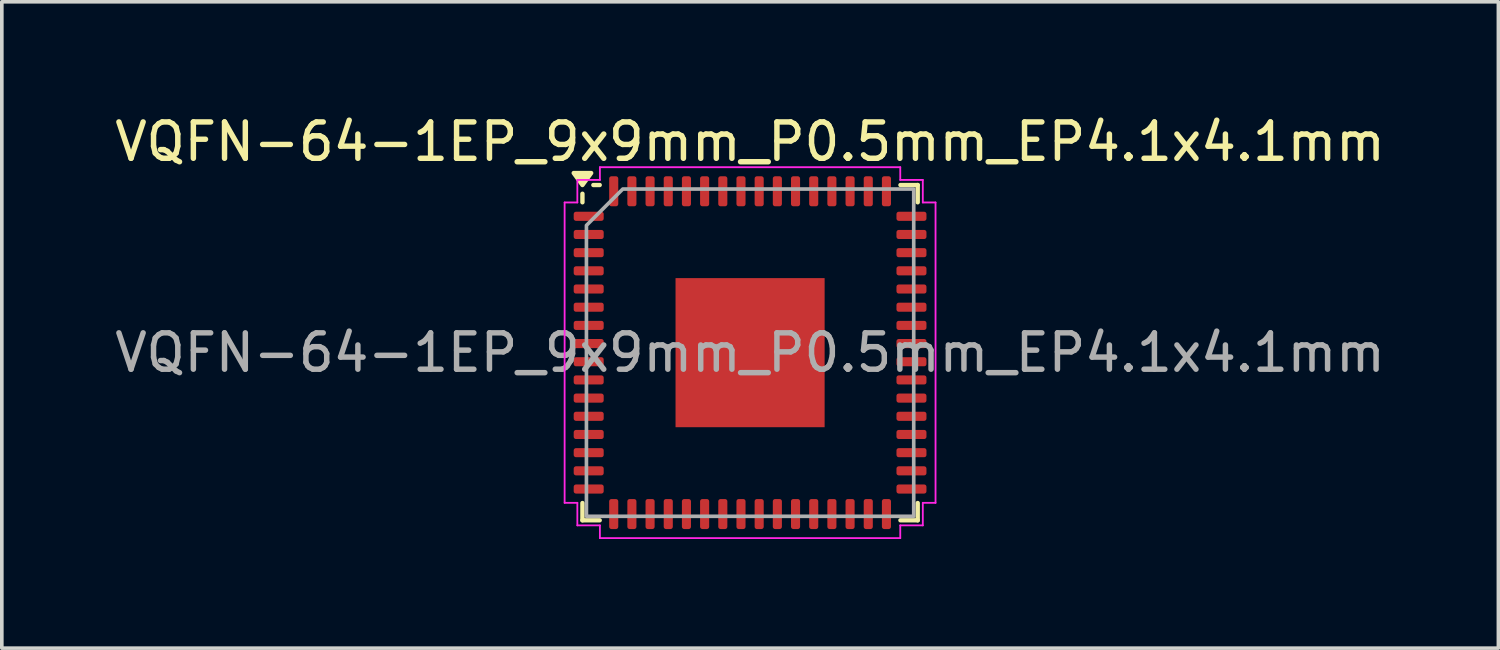
<source format=kicad_pcb>
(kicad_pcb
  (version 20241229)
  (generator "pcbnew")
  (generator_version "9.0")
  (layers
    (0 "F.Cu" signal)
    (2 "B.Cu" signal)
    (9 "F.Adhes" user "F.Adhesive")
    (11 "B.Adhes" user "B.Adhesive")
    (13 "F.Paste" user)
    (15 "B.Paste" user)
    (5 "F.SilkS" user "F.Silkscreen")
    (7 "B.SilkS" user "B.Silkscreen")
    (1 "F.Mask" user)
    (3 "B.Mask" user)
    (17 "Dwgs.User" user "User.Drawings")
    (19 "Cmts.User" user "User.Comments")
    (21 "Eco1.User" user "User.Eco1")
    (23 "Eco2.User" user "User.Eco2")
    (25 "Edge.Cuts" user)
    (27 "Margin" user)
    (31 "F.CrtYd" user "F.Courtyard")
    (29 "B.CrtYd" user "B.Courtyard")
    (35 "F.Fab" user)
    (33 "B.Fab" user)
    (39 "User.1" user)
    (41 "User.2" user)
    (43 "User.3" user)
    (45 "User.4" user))
  (footprint "VQFN-64-1EP_9x9mm_P0.5mm_EP4.1x4.1mm"
    (layer "F.Cu")
    (at 17.577 6.648)
    (property "Reference" "VQFN-64-1EP_9x9mm_P0.5mm_EP4.1x4.1mm" (at 0 -5.8 0) (layer "F.SilkS") (effects (font (size 1 1) (thickness 0.15))))
    (attr smd)
    (fp_line (start -4.61 -4.135) (end -4.61 -4.37) (stroke (width 0.12) (type solid)) (layer "F.SilkS"))
    (fp_line (start -4.61 4.61) (end -4.61 4.135) (stroke (width 0.12) (type solid)) (layer "F.SilkS"))
    (fp_line (start -4.135 -4.61) (end -4.31 -4.61) (stroke (width 0.12) (type solid)) (layer "F.SilkS"))
    (fp_line (start -4.135 4.61) (end -4.61 4.61) (stroke (width 0.12) (type solid)) (layer "F.SilkS"))
    (fp_line (start 4.135 -4.61) (end 4.61 -4.61) (stroke (width 0.12) (type solid)) (layer "F.SilkS"))
    (fp_line (start 4.135 4.61) (end 4.61 4.61) (stroke (width 0.12) (type solid)) (layer "F.SilkS"))
    (fp_line (start 4.61 -4.61) (end 4.61 -4.135) (stroke (width 0.12) (type solid)) (layer "F.SilkS"))
    (fp_line (start 4.61 4.61) (end 4.61 4.135) (stroke (width 0.12) (type solid)) (layer "F.SilkS"))
    (fp_poly (pts (xy -4.61 -4.61) (xy -4.85 -4.94) (xy -4.37 -4.94)) (stroke (width 0.12) (type solid)) (fill yes) (layer "F.SilkS"))
    (fp_line (start -5.1 -4.13) (end -4.75 -4.13) (stroke (width 0.05) (type solid)) (layer "F.CrtYd"))
    (fp_line (start -5.1 4.13) (end -5.1 -4.13) (stroke (width 0.05) (type solid)) (layer "F.CrtYd"))
    (fp_line (start -4.75 -4.75) (end -4.13 -4.75) (stroke (width 0.05) (type solid)) (layer "F.CrtYd"))
    (fp_line (start -4.75 -4.13) (end -4.75 -4.75) (stroke (width 0.05) (type solid)) (layer "F.CrtYd"))
    (fp_line (start -4.75 4.13) (end -5.1 4.13) (stroke (width 0.05) (type solid)) (layer "F.CrtYd"))
    (fp_line (start -4.75 4.75) (end -4.75 4.13) (stroke (width 0.05) (type solid)) (layer "F.CrtYd"))
    (fp_line (start -4.13 -5.1) (end 4.13 -5.1) (stroke (width 0.05) (type solid)) (layer "F.CrtYd"))
    (fp_line (start -4.13 -4.75) (end -4.13 -5.1) (stroke (width 0.05) (type solid)) (layer "F.CrtYd"))
    (fp_line (start -4.13 4.75) (end -4.75 4.75) (stroke (width 0.05) (type solid)) (layer "F.CrtYd"))
    (fp_line (start -4.13 5.1) (end -4.13 4.75) (stroke (width 0.05) (type solid)) (layer "F.CrtYd"))
    (fp_line (start 4.13 -5.1) (end 4.13 -4.75) (stroke (width 0.05) (type solid)) (layer "F.CrtYd"))
    (fp_line (start 4.13 -4.75) (end 4.75 -4.75) (stroke (width 0.05) (type solid)) (layer "F.CrtYd"))
    (fp_line (start 4.13 4.75) (end 4.13 5.1) (stroke (width 0.05) (type solid)) (layer "F.CrtYd"))
    (fp_line (start 4.13 5.1) (end -4.13 5.1) (stroke (width 0.05) (type solid)) (layer "F.CrtYd"))
    (fp_line (start 4.75 -4.75) (end 4.75 -4.13) (stroke (width 0.05) (type solid)) (layer "F.CrtYd"))
    (fp_line (start 4.75 -4.13) (end 5.1 -4.13) (stroke (width 0.05) (type solid)) (layer "F.CrtYd"))
    (fp_line (start 4.75 4.13) (end 4.75 4.75) (stroke (width 0.05) (type solid)) (layer "F.CrtYd"))
    (fp_line (start 4.75 4.75) (end 4.13 4.75) (stroke (width 0.05) (type solid)) (layer "F.CrtYd"))
    (fp_line (start 5.1 -4.13) (end 5.1 4.13) (stroke (width 0.05) (type solid)) (layer "F.CrtYd"))
    (fp_line (start 5.1 4.13) (end 4.75 4.13) (stroke (width 0.05) (type solid)) (layer "F.CrtYd"))
    (fp_poly (pts (xy -4.5 -3.5) (xy -4.5 4.5) (xy 4.5 4.5) (xy 4.5 -4.5) (xy -3.5 -4.5)) (stroke (width 0.1) (type solid)) (fill no) (layer "F.Fab"))
    (fp_text user "${REFERENCE}" (at 0 0 0) (layer "F.Fab") (effects (font (size 1 1) (thickness 0.15))))
    (pad "" smd roundrect (at -1.37 -1.37) (size 1.1 1.1) (layers "F.Paste") (roundrect_rratio 0.227))
    (pad "" smd roundrect (at -1.37 0) (size 1.1 1.1) (layers "F.Paste") (roundrect_rratio 0.227))
    (pad "" smd roundrect (at -1.37 1.37) (size 1.1 1.1) (layers "F.Paste") (roundrect_rratio 0.227))
    (pad "" smd roundrect (at 0 -1.37) (size 1.1 1.1) (layers "F.Paste") (roundrect_rratio 0.227))
    (pad "" smd roundrect (at 0 0) (size 1.1 1.1) (layers "F.Paste") (roundrect_rratio 0.227))
    (pad "" smd roundrect (at 0 1.37) (size 1.1 1.1) (layers "F.Paste") (roundrect_rratio 0.227))
    (pad "" smd roundrect (at 1.37 -1.37) (size 1.1 1.1) (layers "F.Paste") (roundrect_rratio 0.227))
    (pad "" smd roundrect (at 1.37 0) (size 1.1 1.1) (layers "F.Paste") (roundrect_rratio 0.227))
    (pad "" smd roundrect (at 1.37 1.37) (size 1.1 1.1) (layers "F.Paste") (roundrect_rratio 0.227))
    (pad "1" smd roundrect (at -4.438 -3.75) (size 0.825 0.25) (layers "F.Cu" "F.Mask" "F.Paste") (roundrect_rratio 0.25))
    (pad "2" smd roundrect (at -4.438 -3.25) (size 0.825 0.25) (layers "F.Cu" "F.Mask" "F.Paste") (roundrect_rratio 0.25))
    (pad "3" smd roundrect (at -4.438 -2.75) (size 0.825 0.25) (layers "F.Cu" "F.Mask" "F.Paste") (roundrect_rratio 0.25))
    (pad "4" smd roundrect (at -4.438 -2.25) (size 0.825 0.25) (layers "F.Cu" "F.Mask" "F.Paste") (roundrect_rratio 0.25))
    (pad "5" smd roundrect (at -4.438 -1.75) (size 0.825 0.25) (layers "F.Cu" "F.Mask" "F.Paste") (roundrect_rratio 0.25))
    (pad "6" smd roundrect (at -4.438 -1.25) (size 0.825 0.25) (layers "F.Cu" "F.Mask" "F.Paste") (roundrect_rratio 0.25))
    (pad "7" smd roundrect (at -4.438 -0.75) (size 0.825 0.25) (layers "F.Cu" "F.Mask" "F.Paste") (roundrect_rratio 0.25))
    (pad "8" smd roundrect (at -4.438 -0.25) (size 0.825 0.25) (layers "F.Cu" "F.Mask" "F.Paste") (roundrect_rratio 0.25))
    (pad "9" smd roundrect (at -4.438 0.25) (size 0.825 0.25) (layers "F.Cu" "F.Mask" "F.Paste") (roundrect_rratio 0.25))
    (pad "10" smd roundrect (at -4.438 0.75) (size 0.825 0.25) (layers "F.Cu" "F.Mask" "F.Paste") (roundrect_rratio 0.25))
    (pad "11" smd roundrect (at -4.438 1.25) (size 0.825 0.25) (layers "F.Cu" "F.Mask" "F.Paste") (roundrect_rratio 0.25))
    (pad "12" smd roundrect (at -4.438 1.75) (size 0.825 0.25) (layers "F.Cu" "F.Mask" "F.Paste") (roundrect_rratio 0.25))
    (pad "13" smd roundrect (at -4.438 2.25) (size 0.825 0.25) (layers "F.Cu" "F.Mask" "F.Paste") (roundrect_rratio 0.25))
    (pad "14" smd roundrect (at -4.438 2.75) (size 0.825 0.25) (layers "F.Cu" "F.Mask" "F.Paste") (roundrect_rratio 0.25))
    (pad "15" smd roundrect (at -4.438 3.25) (size 0.825 0.25) (layers "F.Cu" "F.Mask" "F.Paste") (roundrect_rratio 0.25))
    (pad "16" smd roundrect (at -4.438 3.75) (size 0.825 0.25) (layers "F.Cu" "F.Mask" "F.Paste") (roundrect_rratio 0.25))
    (pad "17" smd roundrect (at -3.75 4.438) (size 0.25 0.825) (layers "F.Cu" "F.Mask" "F.Paste") (roundrect_rratio 0.25))
    (pad "18" smd roundrect (at -3.25 4.438) (size 0.25 0.825) (layers "F.Cu" "F.Mask" "F.Paste") (roundrect_rratio 0.25))
    (pad "19" smd roundrect (at -2.75 4.438) (size 0.25 0.825) (layers "F.Cu" "F.Mask" "F.Paste") (roundrect_rratio 0.25))
    (pad "20" smd roundrect (at -2.25 4.438) (size 0.25 0.825) (layers "F.Cu" "F.Mask" "F.Paste") (roundrect_rratio 0.25))
    (pad "21" smd roundrect (at -1.75 4.438) (size 0.25 0.825) (layers "F.Cu" "F.Mask" "F.Paste") (roundrect_rratio 0.25))
    (pad "22" smd roundrect (at -1.25 4.438) (size 0.25 0.825) (layers "F.Cu" "F.Mask" "F.Paste") (roundrect_rratio 0.25))
    (pad "23" smd roundrect (at -0.75 4.438) (size 0.25 0.825) (layers "F.Cu" "F.Mask" "F.Paste") (roundrect_rratio 0.25))
    (pad "24" smd roundrect (at -0.25 4.438) (size 0.25 0.825) (layers "F.Cu" "F.Mask" "F.Paste") (roundrect_rratio 0.25))
    (pad "25" smd roundrect (at 0.25 4.438) (size 0.25 0.825) (layers "F.Cu" "F.Mask" "F.Paste") (roundrect_rratio 0.25))
    (pad "26" smd roundrect (at 0.75 4.438) (size 0.25 0.825) (layers "F.Cu" "F.Mask" "F.Paste") (roundrect_rratio 0.25))
    (pad "27" smd roundrect (at 1.25 4.438) (size 0.25 0.825) (layers "F.Cu" "F.Mask" "F.Paste") (roundrect_rratio 0.25))
    (pad "28" smd roundrect (at 1.75 4.438) (size 0.25 0.825) (layers "F.Cu" "F.Mask" "F.Paste") (roundrect_rratio 0.25))
    (pad "29" smd roundrect (at 2.25 4.438) (size 0.25 0.825) (layers "F.Cu" "F.Mask" "F.Paste") (roundrect_rratio 0.25))
    (pad "30" smd roundrect (at 2.75 4.438) (size 0.25 0.825) (layers "F.Cu" "F.Mask" "F.Paste") (roundrect_rratio 0.25))
    (pad "31" smd roundrect (at 3.25 4.438) (size 0.25 0.825) (layers "F.Cu" "F.Mask" "F.Paste") (roundrect_rratio 0.25))
    (pad "32" smd roundrect (at 3.75 4.438) (size 0.25 0.825) (layers "F.Cu" "F.Mask" "F.Paste") (roundrect_rratio 0.25))
    (pad "33" smd roundrect (at 4.438 3.75) (size 0.825 0.25) (layers "F.Cu" "F.Mask" "F.Paste") (roundrect_rratio 0.25))
    (pad "34" smd roundrect (at 4.438 3.25) (size 0.825 0.25) (layers "F.Cu" "F.Mask" "F.Paste") (roundrect_rratio 0.25))
    (pad "35" smd roundrect (at 4.438 2.75) (size 0.825 0.25) (layers "F.Cu" "F.Mask" "F.Paste") (roundrect_rratio 0.25))
    (pad "36" smd roundrect (at 4.438 2.25) (size 0.825 0.25) (layers "F.Cu" "F.Mask" "F.Paste") (roundrect_rratio 0.25))
    (pad "37" smd roundrect (at 4.438 1.75) (size 0.825 0.25) (layers "F.Cu" "F.Mask" "F.Paste") (roundrect_rratio 0.25))
    (pad "38" smd roundrect (at 4.438 1.25) (size 0.825 0.25) (layers "F.Cu" "F.Mask" "F.Paste") (roundrect_rratio 0.25))
    (pad "39" smd roundrect (at 4.438 0.75) (size 0.825 0.25) (layers "F.Cu" "F.Mask" "F.Paste") (roundrect_rratio 0.25))
    (pad "40" smd roundrect (at 4.438 0.25) (size 0.825 0.25) (layers "F.Cu" "F.Mask" "F.Paste") (roundrect_rratio 0.25))
    (pad "41" smd roundrect (at 4.438 -0.25) (size 0.825 0.25) (layers "F.Cu" "F.Mask" "F.Paste") (roundrect_rratio 0.25))
    (pad "42" smd roundrect (at 4.438 -0.75) (size 0.825 0.25) (layers "F.Cu" "F.Mask" "F.Paste") (roundrect_rratio 0.25))
    (pad "43" smd roundrect (at 4.438 -1.25) (size 0.825 0.25) (layers "F.Cu" "F.Mask" "F.Paste") (roundrect_rratio 0.25))
    (pad "44" smd roundrect (at 4.438 -1.75) (size 0.825 0.25) (layers "F.Cu" "F.Mask" "F.Paste") (roundrect_rratio 0.25))
    (pad "45" smd roundrect (at 4.438 -2.25) (size 0.825 0.25) (layers "F.Cu" "F.Mask" "F.Paste") (roundrect_rratio 0.25))
    (pad "46" smd roundrect (at 4.438 -2.75) (size 0.825 0.25) (layers "F.Cu" "F.Mask" "F.Paste") (roundrect_rratio 0.25))
    (pad "47" smd roundrect (at 4.438 -3.25) (size 0.825 0.25) (layers "F.Cu" "F.Mask" "F.Paste") (roundrect_rratio 0.25))
    (pad "48" smd roundrect (at 4.438 -3.75) (size 0.825 0.25) (layers "F.Cu" "F.Mask" "F.Paste") (roundrect_rratio 0.25))
    (pad "49" smd roundrect (at 3.75 -4.438) (size 0.25 0.825) (layers "F.Cu" "F.Mask" "F.Paste") (roundrect_rratio 0.25))
    (pad "50" smd roundrect (at 3.25 -4.438) (size 0.25 0.825) (layers "F.Cu" "F.Mask" "F.Paste") (roundrect_rratio 0.25))
    (pad "51" smd roundrect (at 2.75 -4.438) (size 0.25 0.825) (layers "F.Cu" "F.Mask" "F.Paste") (roundrect_rratio 0.25))
    (pad "52" smd roundrect (at 2.25 -4.438) (size 0.25 0.825) (layers "F.Cu" "F.Mask" "F.Paste") (roundrect_rratio 0.25))
    (pad "53" smd roundrect (at 1.75 -4.438) (size 0.25 0.825) (layers "F.Cu" "F.Mask" "F.Paste") (roundrect_rratio 0.25))
    (pad "54" smd roundrect (at 1.25 -4.438) (size 0.25 0.825) (layers "F.Cu" "F.Mask" "F.Paste") (roundrect_rratio 0.25))
    (pad "55" smd roundrect (at 0.75 -4.438) (size 0.25 0.825) (layers "F.Cu" "F.Mask" "F.Paste") (roundrect_rratio 0.25))
    (pad "56" smd roundrect (at 0.25 -4.438) (size 0.25 0.825) (layers "F.Cu" "F.Mask" "F.Paste") (roundrect_rratio 0.25))
    (pad "57" smd roundrect (at -0.25 -4.438) (size 0.25 0.825) (layers "F.Cu" "F.Mask" "F.Paste") (roundrect_rratio 0.25))
    (pad "58" smd roundrect (at -0.75 -4.438) (size 0.25 0.825) (layers "F.Cu" "F.Mask" "F.Paste") (roundrect_rratio 0.25))
    (pad "59" smd roundrect (at -1.25 -4.438) (size 0.25 0.825) (layers "F.Cu" "F.Mask" "F.Paste") (roundrect_rratio 0.25))
    (pad "60" smd roundrect (at -1.75 -4.438) (size 0.25 0.825) (layers "F.Cu" "F.Mask" "F.Paste") (roundrect_rratio 0.25))
    (pad "61" smd roundrect (at -2.25 -4.438) (size 0.25 0.825) (layers "F.Cu" "F.Mask" "F.Paste") (roundrect_rratio 0.25))
    (pad "62" smd roundrect (at -2.75 -4.438) (size 0.25 0.825) (layers "F.Cu" "F.Mask" "F.Paste") (roundrect_rratio 0.25))
    (pad "63" smd roundrect (at -3.25 -4.438) (size 0.25 0.825) (layers "F.Cu" "F.Mask" "F.Paste") (roundrect_rratio 0.25))
    (pad "64" smd roundrect (at -3.75 -4.438) (size 0.25 0.825) (layers "F.Cu" "F.Mask" "F.Paste") (roundrect_rratio 0.25))
    (pad "65" smd rect (at 0 0) (size 4.1 4.1) (property pad_prop_heatsink) (layers "F.Cu" "F.Mask")))
  (gr_rect
    (start -3 -3)
    (end 38.155 14.773)
    (stroke (width 0.1) (type default))
    (fill no)
    (layer "Edge.Cuts")))
</source>
